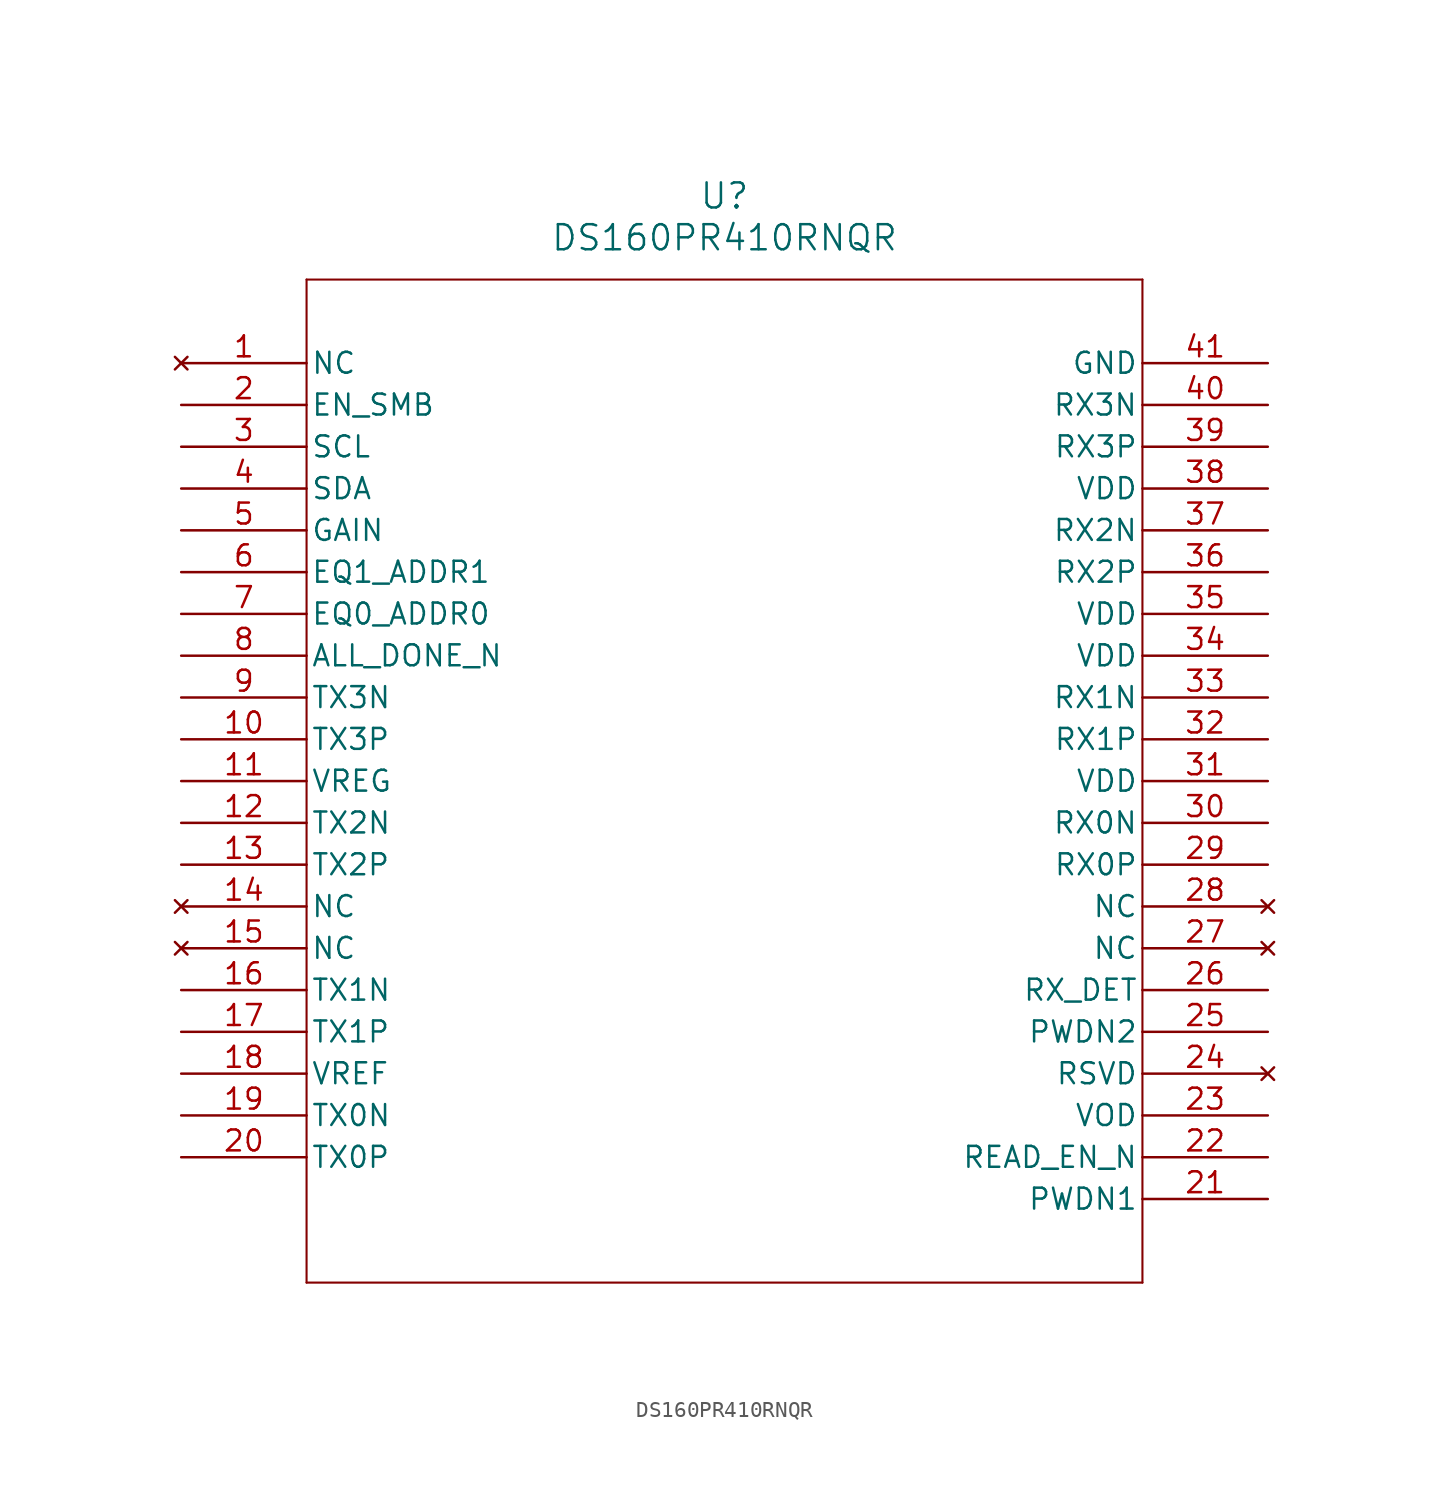
<source format=kicad_sym>
(kicad_symbol_lib
  (version 20211014)
  (generator kicad_symbol_editor)
  (symbol "DS160PR410RNQR"
    (pin_names
      (offset 0.254))
    (property "Reference" "U"
      (at 33.02 10.16 0)
      (effects (font (size 1.524 1.524))))
    (property "Value" "DS160PR410RNQR"
      (at 33.02 7.62 0)
      (effects (font (size 1.524 1.524))))
    (symbol "DS160PR410RNQR_0_1"
      (polyline (pts (xy 7.62 5.08) (xy 7.62 -55.88)) (stroke (width 0.127) (type default) (color 0 0 0 0)) (fill (type none)))
      (polyline (pts (xy 7.62 -55.88) (xy 58.42 -55.88)) (stroke (width 0.127) (type default) (color 0 0 0 0)) (fill (type none)))
      (polyline (pts (xy 58.42 -55.88) (xy 58.42 5.08)) (stroke (width 0.127) (type default) (color 0 0 0 0)) (fill (type none)))
      (polyline (pts (xy 58.42 5.08) (xy 7.62 5.08)) (stroke (width 0.127) (type default) (color 0 0 0 0)) (fill (type none)))
      (pin no_connect line (at 0 0 0) (length 7.62) (name "NC" (effects (font (size 1.27 1.27)))) (number "1" (effects (font (size 1.27 1.27)))))
      (pin input line (at 0 -2.54 0) (length 7.62) (name "EN_SMB" (effects (font (size 1.27 1.27)))) (number "2" (effects (font (size 1.27 1.27)))))
      (pin bidirectional line (at 0 -5.08 0) (length 7.62) (name "SCL" (effects (font (size 1.27 1.27)))) (number "3" (effects (font (size 1.27 1.27)))))
      (pin bidirectional line (at 0 -7.62 0) (length 7.62) (name "SDA" (effects (font (size 1.27 1.27)))) (number "4" (effects (font (size 1.27 1.27)))))
      (pin input line (at 0 -10.16 0) (length 7.62) (name "GAIN" (effects (font (size 1.27 1.27)))) (number "5" (effects (font (size 1.27 1.27)))))
      (pin input line (at 0 -12.7 0) (length 7.62) (name "EQ1_ADDR1" (effects (font (size 1.27 1.27)))) (number "6" (effects (font (size 1.27 1.27)))))
      (pin input line (at 0 -15.24 0) (length 7.62) (name "EQ0_ADDR0" (effects (font (size 1.27 1.27)))) (number "7" (effects (font (size 1.27 1.27)))))
      (pin output line (at 0 -17.78 0) (length 7.62) (name "ALL_DONE_N" (effects (font (size 1.27 1.27)))) (number "8" (effects (font (size 1.27 1.27)))))
      (pin output line (at 0 -20.32 0) (length 7.62) (name "TX3N" (effects (font (size 1.27 1.27)))) (number "9" (effects (font (size 1.27 1.27)))))
      (pin output line (at 0 -22.86 0) (length 7.62) (name "TX3P" (effects (font (size 1.27 1.27)))) (number "10" (effects (font (size 1.27 1.27)))))
      (pin power_in line (at 0 -25.4 0) (length 7.62) (name "VREG" (effects (font (size 1.27 1.27)))) (number "11" (effects (font (size 1.27 1.27)))))
      (pin output line (at 0 -27.94 0) (length 7.62) (name "TX2N" (effects (font (size 1.27 1.27)))) (number "12" (effects (font (size 1.27 1.27)))))
      (pin output line (at 0 -30.48 0) (length 7.62) (name "TX2P" (effects (font (size 1.27 1.27)))) (number "13" (effects (font (size 1.27 1.27)))))
      (pin no_connect line (at 0 -33.02 0) (length 7.62) (name "NC" (effects (font (size 1.27 1.27)))) (number "14" (effects (font (size 1.27 1.27)))))
      (pin no_connect line (at 0 -35.56 0) (length 7.62) (name "NC" (effects (font (size 1.27 1.27)))) (number "15" (effects (font (size 1.27 1.27)))))
      (pin output line (at 0 -38.1 0) (length 7.62) (name "TX1N" (effects (font (size 1.27 1.27)))) (number "16" (effects (font (size 1.27 1.27)))))
      (pin output line (at 0 -40.64 0) (length 7.62) (name "TX1P" (effects (font (size 1.27 1.27)))) (number "17" (effects (font (size 1.27 1.27)))))
      (pin power_in line (at 0 -43.18 0) (length 7.62) (name "VREF" (effects (font (size 1.27 1.27)))) (number "18" (effects (font (size 1.27 1.27)))))
      (pin output line (at 0 -45.72 0) (length 7.62) (name "TX0N" (effects (font (size 1.27 1.27)))) (number "19" (effects (font (size 1.27 1.27)))))
      (pin output line (at 0 -48.26 0) (length 7.62) (name "TX0P" (effects (font (size 1.27 1.27)))) (number "20" (effects (font (size 1.27 1.27)))))
      (pin input line (at 66.04 -50.8 180) (length 7.62) (name "PWDN1" (effects (font (size 1.27 1.27)))) (number "21" (effects (font (size 1.27 1.27)))))
      (pin input line (at 66.04 -48.26 180) (length 7.62) (name "READ_EN_N" (effects (font (size 1.27 1.27)))) (number "22" (effects (font (size 1.27 1.27)))))
      (pin input line (at 66.04 -45.72 180) (length 7.62) (name "VOD" (effects (font (size 1.27 1.27)))) (number "23" (effects (font (size 1.27 1.27)))))
      (pin no_connect line (at 66.04 -43.18 180) (length 7.62) (name "RSVD" (effects (font (size 1.27 1.27)))) (number "24" (effects (font (size 1.27 1.27)))))
      (pin input line (at 66.04 -40.64 180) (length 7.62) (name "PWDN2" (effects (font (size 1.27 1.27)))) (number "25" (effects (font (size 1.27 1.27)))))
      (pin input line (at 66.04 -38.1 180) (length 7.62) (name "RX_DET" (effects (font (size 1.27 1.27)))) (number "26" (effects (font (size 1.27 1.27)))))
      (pin no_connect line (at 66.04 -35.56 180) (length 7.62) (name "NC" (effects (font (size 1.27 1.27)))) (number "27" (effects (font (size 1.27 1.27)))))
      (pin no_connect line (at 66.04 -33.02 180) (length 7.62) (name "NC" (effects (font (size 1.27 1.27)))) (number "28" (effects (font (size 1.27 1.27)))))
      (pin input line (at 66.04 -30.48 180) (length 7.62) (name "RX0P" (effects (font (size 1.27 1.27)))) (number "29" (effects (font (size 1.27 1.27)))))
      (pin input line (at 66.04 -27.94 180) (length 7.62) (name "RX0N" (effects (font (size 1.27 1.27)))) (number "30" (effects (font (size 1.27 1.27)))))
      (pin power_in line (at 66.04 -25.4 180) (length 7.62) (name "VDD" (effects (font (size 1.27 1.27)))) (number "31" (effects (font (size 1.27 1.27)))))
      (pin input line (at 66.04 -22.86 180) (length 7.62) (name "RX1P" (effects (font (size 1.27 1.27)))) (number "32" (effects (font (size 1.27 1.27)))))
      (pin input line (at 66.04 -20.32 180) (length 7.62) (name "RX1N" (effects (font (size 1.27 1.27)))) (number "33" (effects (font (size 1.27 1.27)))))
      (pin power_in line (at 66.04 -17.78 180) (length 7.62) (name "VDD" (effects (font (size 1.27 1.27)))) (number "34" (effects (font (size 1.27 1.27)))))
      (pin power_in line (at 66.04 -15.24 180) (length 7.62) (name "VDD" (effects (font (size 1.27 1.27)))) (number "35" (effects (font (size 1.27 1.27)))))
      (pin input line (at 66.04 -12.7 180) (length 7.62) (name "RX2P" (effects (font (size 1.27 1.27)))) (number "36" (effects (font (size 1.27 1.27)))))
      (pin input line (at 66.04 -10.16 180) (length 7.62) (name "RX2N" (effects (font (size 1.27 1.27)))) (number "37" (effects (font (size 1.27 1.27)))))
      (pin power_in line (at 66.04 -7.62 180) (length 7.62) (name "VDD" (effects (font (size 1.27 1.27)))) (number "38" (effects (font (size 1.27 1.27)))))
      (pin input line (at 66.04 -5.08 180) (length 7.62) (name "RX3P" (effects (font (size 1.27 1.27)))) (number "39" (effects (font (size 1.27 1.27)))))
      (pin input line (at 66.04 -2.54 180) (length 7.62) (name "RX3N" (effects (font (size 1.27 1.27)))) (number "40" (effects (font (size 1.27 1.27)))))
      (pin power_out line (at 66.04 0 180) (length 7.62) (name "GND" (effects (font (size 1.27 1.27)))) (number "41" (effects (font (size 1.27 1.27))))))))
</source>
